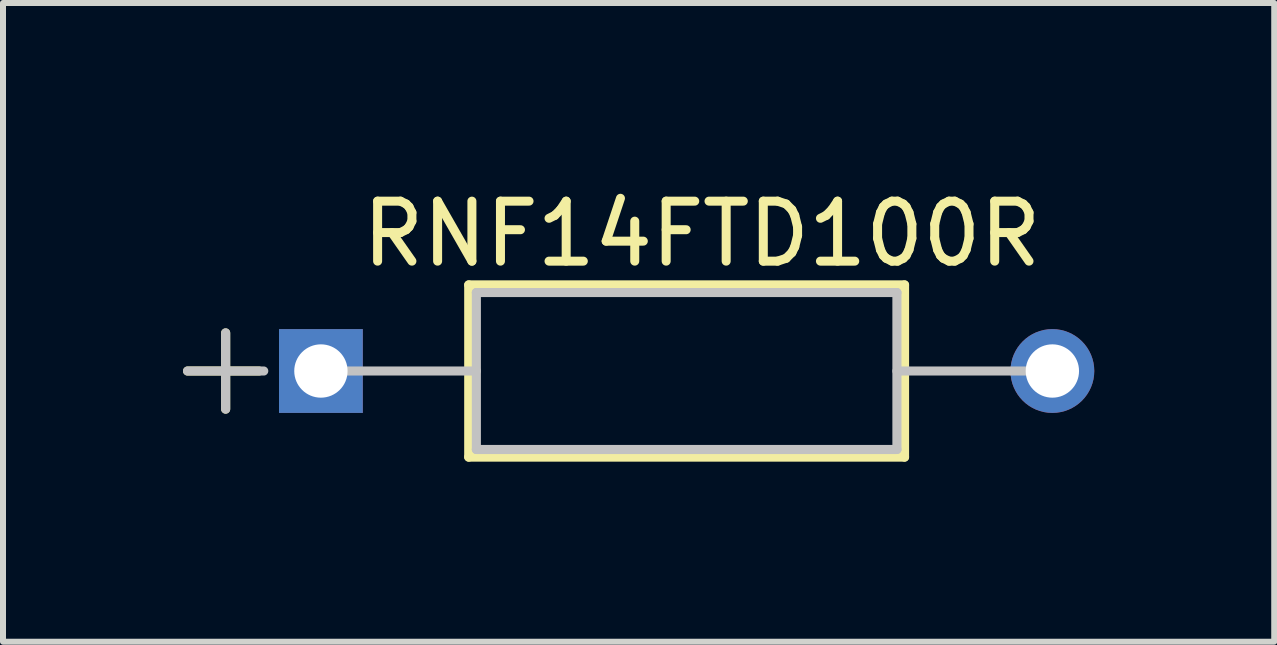
<source format=kicad_pcb>
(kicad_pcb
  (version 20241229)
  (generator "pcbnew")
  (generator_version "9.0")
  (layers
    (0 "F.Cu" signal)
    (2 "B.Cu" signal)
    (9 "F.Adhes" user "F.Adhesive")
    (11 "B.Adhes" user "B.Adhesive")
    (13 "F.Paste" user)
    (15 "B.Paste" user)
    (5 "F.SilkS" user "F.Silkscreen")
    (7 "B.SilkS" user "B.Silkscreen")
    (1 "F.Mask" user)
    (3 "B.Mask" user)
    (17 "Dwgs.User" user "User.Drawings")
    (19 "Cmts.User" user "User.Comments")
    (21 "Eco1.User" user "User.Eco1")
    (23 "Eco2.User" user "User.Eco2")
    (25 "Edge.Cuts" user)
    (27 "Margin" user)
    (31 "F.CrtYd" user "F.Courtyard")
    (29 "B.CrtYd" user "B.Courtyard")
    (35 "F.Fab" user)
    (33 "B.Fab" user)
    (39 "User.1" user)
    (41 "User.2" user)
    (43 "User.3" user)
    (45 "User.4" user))
  (footprint "RNF14FTD100R"
    (layer "F.Cu")
    (at 14.491 3.134)
    (property "Reference" "RNF14FTD100R" (at -5.842 -2.286 0) (layer "F.SilkS") (effects (font (size 1 1) (thickness 0.15))))
    (attr through_hole)
    (fp_line (start -14.415 0) (end -13.223 0) (stroke (width 0.152) (type solid)) (layer "F.SilkS"))
    (fp_line (start -13.78 -0.635) (end -13.78 0.635) (stroke (width 0.152) (type solid)) (layer "F.SilkS"))
    (fp_line (start -9.728 -1.435) (end -9.728 1.435) (stroke (width 0.152) (type solid)) (layer "F.SilkS"))
    (fp_line (start -9.728 1.435) (end -2.464 1.435) (stroke (width 0.152) (type solid)) (layer "F.SilkS"))
    (fp_line (start -2.464 -1.435) (end -9.728 -1.435) (stroke (width 0.152) (type solid)) (layer "F.SilkS"))
    (fp_line (start -2.464 1.435) (end -2.464 -1.435) (stroke (width 0.152) (type solid)) (layer "F.SilkS"))
    (fp_line (start -14.415 0) (end -13.145 0) (stroke (width 0.152) (type solid)) (layer "Dwgs.User"))
    (fp_line (start -13.78 -0.635) (end -13.78 0.635) (stroke (width 0.152) (type solid)) (layer "Dwgs.User"))
    (fp_line (start -12.192 0) (end -9.601 0) (stroke (width 0.152) (type solid)) (layer "Dwgs.User"))
    (fp_line (start -9.601 -1.308) (end -9.601 1.308) (stroke (width 0.152) (type solid)) (layer "Dwgs.User"))
    (fp_line (start -9.601 1.308) (end -2.591 1.308) (stroke (width 0.152) (type solid)) (layer "Dwgs.User"))
    (fp_line (start -2.591 -1.308) (end -9.601 -1.308) (stroke (width 0.152) (type solid)) (layer "Dwgs.User"))
    (fp_line (start -2.591 1.308) (end -2.591 -1.308) (stroke (width 0.152) (type solid)) (layer "Dwgs.User"))
    (fp_line (start 0 0) (end -2.591 0) (stroke (width 0.152) (type solid)) (layer "Dwgs.User"))
    (pad "1" thru_hole rect (at -12.192 0) (size 1.397 1.397) (drill 0.889) (layers "*.Cu" "*.Mask"))
    (pad "2" thru_hole circle (at 0 0) (size 1.397 1.397) (drill 0.889) (layers "*.Cu" "*.Mask")))
  (gr_rect
    (start -3 -3)
    (end 18.189 7.646)
    (stroke (width 0.1) (type default))
    (fill no)
    (layer "Edge.Cuts")))
</source>
